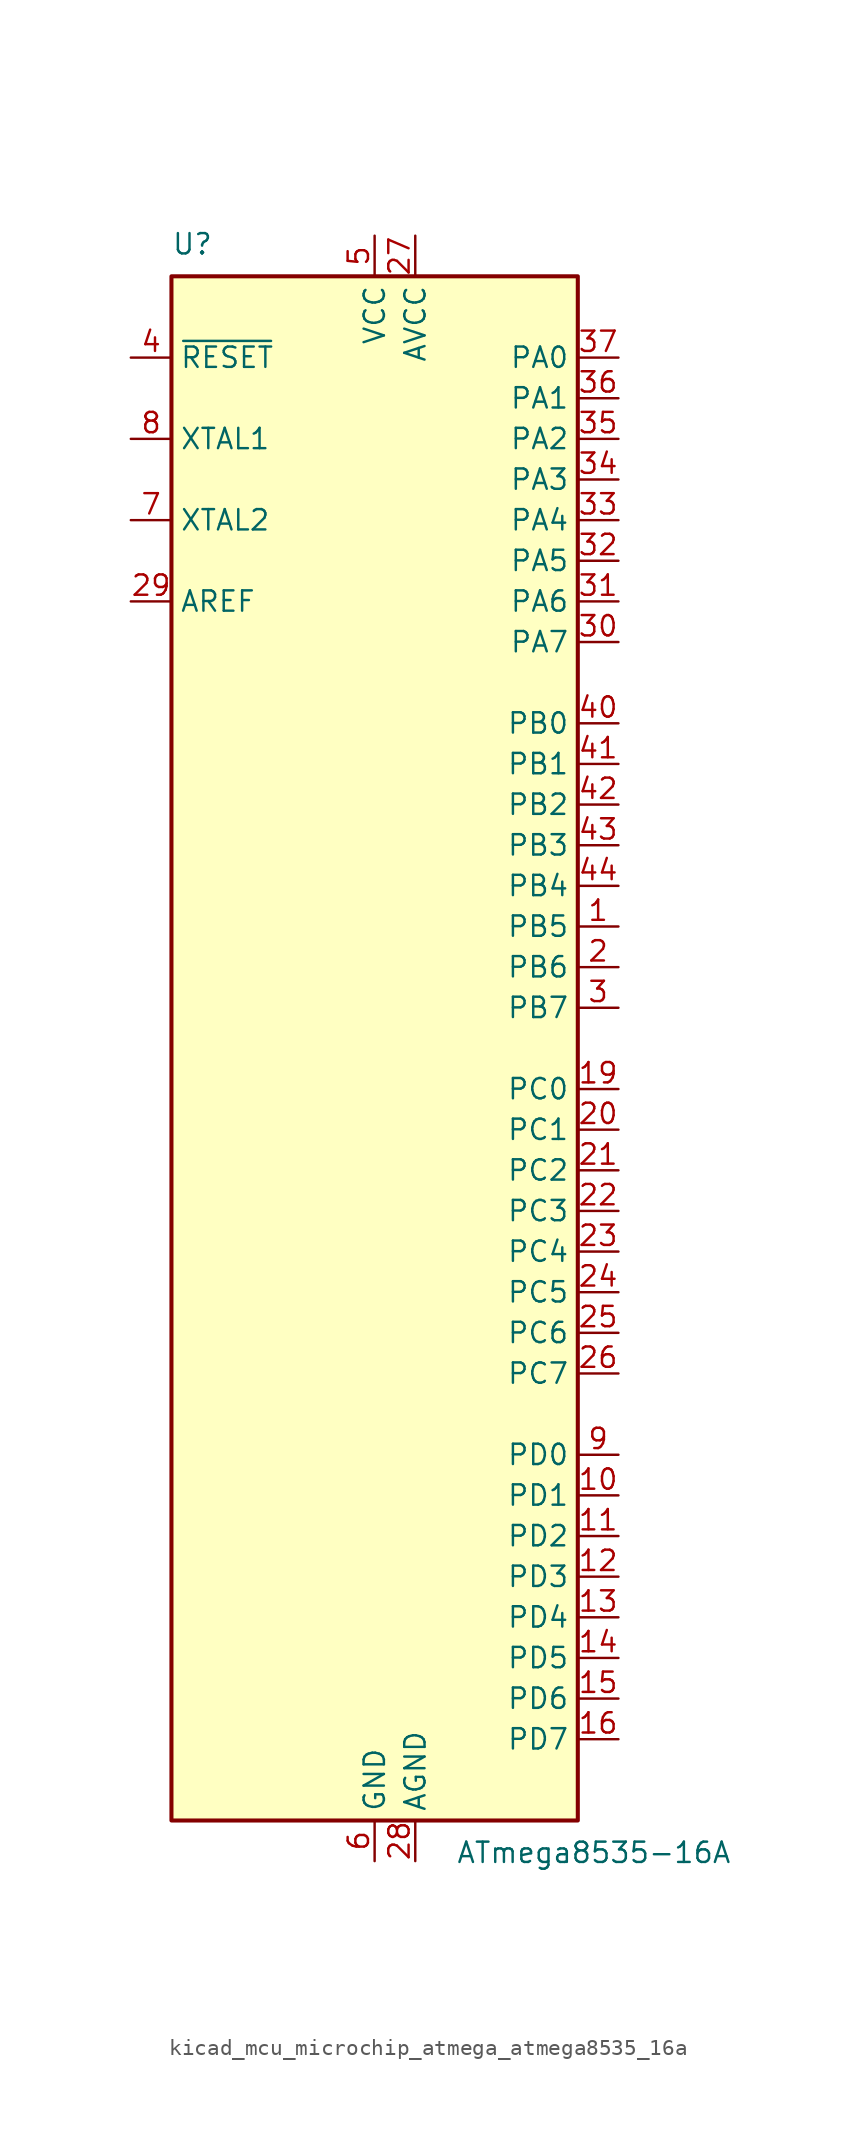
<source format=kicad_sym>
(kicad_symbol_lib
  (version 20220914)
  (generator kicad_symbol_editor)
  (symbol "kicad_mcu_microchip_atmega_atmega8535_16a"
    (property "Reference" "U"
      (at -12.7 49.53 0)
      (effects (font (size 1.27 1.27)) (justify left bottom)))
    (property "Value" "ATmega8535-16A"
      (at 5.08 -49.53 0)
      (effects (font (size 1.27 1.27)) (justify left top)))
    (symbol "kicad_mcu_microchip_atmega_atmega8535_16a_0_1"
      (rectangle (start -12.7 -48.26) (end 12.7 48.26) (stroke (width 0.254) (type default)) (fill (type background))))
    (symbol "kicad_mcu_microchip_atmega_atmega8535_16a_1_1"
      (pin bidirectional line (at 15.24 7.62 180) (length 2.54) (name "PB5" (effects (font (size 1.27 1.27)))) (number "1" (effects (font (size 1.27 1.27)))))
      (pin bidirectional line (at 15.24 -27.94 180) (length 2.54) (name "PD1" (effects (font (size 1.27 1.27)))) (number "10" (effects (font (size 1.27 1.27)))))
      (pin bidirectional line (at 15.24 -30.48 180) (length 2.54) (name "PD2" (effects (font (size 1.27 1.27)))) (number "11" (effects (font (size 1.27 1.27)))))
      (pin bidirectional line (at 15.24 -33.02 180) (length 2.54) (name "PD3" (effects (font (size 1.27 1.27)))) (number "12" (effects (font (size 1.27 1.27)))))
      (pin bidirectional line (at 15.24 -35.56 180) (length 2.54) (name "PD4" (effects (font (size 1.27 1.27)))) (number "13" (effects (font (size 1.27 1.27)))))
      (pin bidirectional line (at 15.24 -38.1 180) (length 2.54) (name "PD5" (effects (font (size 1.27 1.27)))) (number "14" (effects (font (size 1.27 1.27)))))
      (pin bidirectional line (at 15.24 -40.64 180) (length 2.54) (name "PD6" (effects (font (size 1.27 1.27)))) (number "15" (effects (font (size 1.27 1.27)))))
      (pin bidirectional line (at 15.24 -43.18 180) (length 2.54) (name "PD7" (effects (font (size 1.27 1.27)))) (number "16" (effects (font (size 1.27 1.27)))))
      (pin passive line (at 0 50.8 270) (length 2.54) hide (name "VCC" (effects (font (size 1.27 1.27)))) (number "17" (effects (font (size 1.27 1.27)))))
      (pin passive line (at 0 -50.8 90) (length 2.54) hide (name "GND" (effects (font (size 1.27 1.27)))) (number "18" (effects (font (size 1.27 1.27)))))
      (pin bidirectional line (at 15.24 -2.54 180) (length 2.54) (name "PC0" (effects (font (size 1.27 1.27)))) (number "19" (effects (font (size 1.27 1.27)))))
      (pin bidirectional line (at 15.24 5.08 180) (length 2.54) (name "PB6" (effects (font (size 1.27 1.27)))) (number "2" (effects (font (size 1.27 1.27)))))
      (pin bidirectional line (at 15.24 -5.08 180) (length 2.54) (name "PC1" (effects (font (size 1.27 1.27)))) (number "20" (effects (font (size 1.27 1.27)))))
      (pin bidirectional line (at 15.24 -7.62 180) (length 2.54) (name "PC2" (effects (font (size 1.27 1.27)))) (number "21" (effects (font (size 1.27 1.27)))))
      (pin bidirectional line (at 15.24 -10.16 180) (length 2.54) (name "PC3" (effects (font (size 1.27 1.27)))) (number "22" (effects (font (size 1.27 1.27)))))
      (pin bidirectional line (at 15.24 -12.7 180) (length 2.54) (name "PC4" (effects (font (size 1.27 1.27)))) (number "23" (effects (font (size 1.27 1.27)))))
      (pin bidirectional line (at 15.24 -15.24 180) (length 2.54) (name "PC5" (effects (font (size 1.27 1.27)))) (number "24" (effects (font (size 1.27 1.27)))))
      (pin bidirectional line (at 15.24 -17.78 180) (length 2.54) (name "PC6" (effects (font (size 1.27 1.27)))) (number "25" (effects (font (size 1.27 1.27)))))
      (pin bidirectional line (at 15.24 -20.32 180) (length 2.54) (name "PC7" (effects (font (size 1.27 1.27)))) (number "26" (effects (font (size 1.27 1.27)))))
      (pin power_in line (at 2.54 50.8 270) (length 2.54) (name "AVCC" (effects (font (size 1.27 1.27)))) (number "27" (effects (font (size 1.27 1.27)))))
      (pin power_in line (at 2.54 -50.8 90) (length 2.54) (name "AGND" (effects (font (size 1.27 1.27)))) (number "28" (effects (font (size 1.27 1.27)))))
      (pin passive line (at -15.24 27.94 0) (length 2.54) (name "AREF" (effects (font (size 1.27 1.27)))) (number "29" (effects (font (size 1.27 1.27)))))
      (pin bidirectional line (at 15.24 2.54 180) (length 2.54) (name "PB7" (effects (font (size 1.27 1.27)))) (number "3" (effects (font (size 1.27 1.27)))))
      (pin bidirectional line (at 15.24 25.4 180) (length 2.54) (name "PA7" (effects (font (size 1.27 1.27)))) (number "30" (effects (font (size 1.27 1.27)))))
      (pin bidirectional line (at 15.24 27.94 180) (length 2.54) (name "PA6" (effects (font (size 1.27 1.27)))) (number "31" (effects (font (size 1.27 1.27)))))
      (pin bidirectional line (at 15.24 30.48 180) (length 2.54) (name "PA5" (effects (font (size 1.27 1.27)))) (number "32" (effects (font (size 1.27 1.27)))))
      (pin bidirectional line (at 15.24 33.02 180) (length 2.54) (name "PA4" (effects (font (size 1.27 1.27)))) (number "33" (effects (font (size 1.27 1.27)))))
      (pin bidirectional line (at 15.24 35.56 180) (length 2.54) (name "PA3" (effects (font (size 1.27 1.27)))) (number "34" (effects (font (size 1.27 1.27)))))
      (pin bidirectional line (at 15.24 38.1 180) (length 2.54) (name "PA2" (effects (font (size 1.27 1.27)))) (number "35" (effects (font (size 1.27 1.27)))))
      (pin bidirectional line (at 15.24 40.64 180) (length 2.54) (name "PA1" (effects (font (size 1.27 1.27)))) (number "36" (effects (font (size 1.27 1.27)))))
      (pin bidirectional line (at 15.24 43.18 180) (length 2.54) (name "PA0" (effects (font (size 1.27 1.27)))) (number "37" (effects (font (size 1.27 1.27)))))
      (pin passive line (at 0 50.8 270) (length 2.54) hide (name "VCC" (effects (font (size 1.27 1.27)))) (number "38" (effects (font (size 1.27 1.27)))))
      (pin passive line (at 0 -50.8 90) (length 2.54) hide (name "GND" (effects (font (size 1.27 1.27)))) (number "39" (effects (font (size 1.27 1.27)))))
      (pin input line (at -15.24 43.18 0) (length 2.54) (name "~{RESET}" (effects (font (size 1.27 1.27)))) (number "4" (effects (font (size 1.27 1.27)))))
      (pin bidirectional line (at 15.24 20.32 180) (length 2.54) (name "PB0" (effects (font (size 1.27 1.27)))) (number "40" (effects (font (size 1.27 1.27)))))
      (pin bidirectional line (at 15.24 17.78 180) (length 2.54) (name "PB1" (effects (font (size 1.27 1.27)))) (number "41" (effects (font (size 1.27 1.27)))))
      (pin bidirectional line (at 15.24 15.24 180) (length 2.54) (name "PB2" (effects (font (size 1.27 1.27)))) (number "42" (effects (font (size 1.27 1.27)))))
      (pin bidirectional line (at 15.24 12.7 180) (length 2.54) (name "PB3" (effects (font (size 1.27 1.27)))) (number "43" (effects (font (size 1.27 1.27)))))
      (pin bidirectional line (at 15.24 10.16 180) (length 2.54) (name "PB4" (effects (font (size 1.27 1.27)))) (number "44" (effects (font (size 1.27 1.27)))))
      (pin power_in line (at 0 50.8 270) (length 2.54) (name "VCC" (effects (font (size 1.27 1.27)))) (number "5" (effects (font (size 1.27 1.27)))))
      (pin power_in line (at 0 -50.8 90) (length 2.54) (name "GND" (effects (font (size 1.27 1.27)))) (number "6" (effects (font (size 1.27 1.27)))))
      (pin output line (at -15.24 33.02 0) (length 2.54) (name "XTAL2" (effects (font (size 1.27 1.27)))) (number "7" (effects (font (size 1.27 1.27)))))
      (pin input line (at -15.24 38.1 0) (length 2.54) (name "XTAL1" (effects (font (size 1.27 1.27)))) (number "8" (effects (font (size 1.27 1.27)))))
      (pin bidirectional line (at 15.24 -25.4 180) (length 2.54) (name "PD0" (effects (font (size 1.27 1.27)))) (number "9" (effects (font (size 1.27 1.27))))))))
</source>
